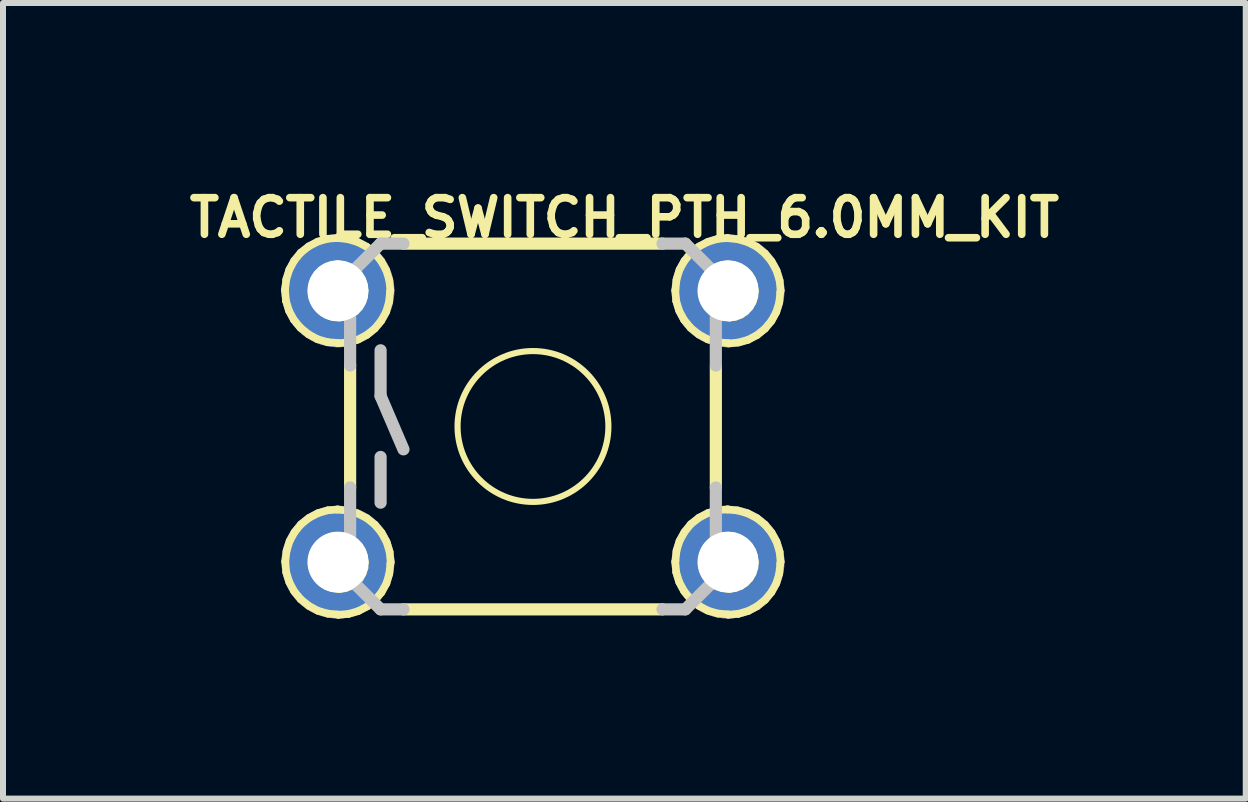
<source format=kicad_pcb>
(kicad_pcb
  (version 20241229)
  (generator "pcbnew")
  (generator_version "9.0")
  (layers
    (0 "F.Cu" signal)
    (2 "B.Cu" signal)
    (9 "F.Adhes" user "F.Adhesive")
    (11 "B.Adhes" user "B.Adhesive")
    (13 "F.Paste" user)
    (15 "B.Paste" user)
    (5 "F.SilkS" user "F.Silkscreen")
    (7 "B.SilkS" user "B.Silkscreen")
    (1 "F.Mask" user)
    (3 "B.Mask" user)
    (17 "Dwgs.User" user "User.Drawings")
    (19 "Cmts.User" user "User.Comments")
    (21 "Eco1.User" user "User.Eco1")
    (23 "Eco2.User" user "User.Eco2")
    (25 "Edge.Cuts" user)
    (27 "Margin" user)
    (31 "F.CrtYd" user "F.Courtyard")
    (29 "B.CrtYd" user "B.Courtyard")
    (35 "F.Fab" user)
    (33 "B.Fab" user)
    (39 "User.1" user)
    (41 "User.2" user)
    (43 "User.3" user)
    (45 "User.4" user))
  (footprint "TACTILE_SWITCH_PTH_6.0MM_KIT"
    (layer "F.Cu")
    (at 5.834 4.059)
    (property "Reference" "TACTILE_SWITCH_PTH_6.0MM_KIT" (at 1.524 -3.48 0) (layer "F.SilkS") (effects (font (size 0.61 0.61) (thickness 0.127))))
    (attr exclude_from_pos_files exclude_from_bom)
    (fp_line (start -4.133 -2.286) (end -4.133 -2.266) (stroke (width 0.127) (type solid)) (layer "F.SilkS"))
    (fp_line (start -4.133 -2.266) (end -4.117 -2.093) (stroke (width 0.127) (type solid)) (layer "F.SilkS"))
    (fp_line (start -4.128 2.24) (end -4.128 2.261) (stroke (width 0.127) (type solid)) (layer "F.SilkS"))
    (fp_line (start -4.128 2.261) (end -4.112 2.433) (stroke (width 0.127) (type solid)) (layer "F.SilkS"))
    (fp_line (start -4.117 -2.093) (end -4.067 -1.93) (stroke (width 0.127) (type solid)) (layer "F.SilkS"))
    (fp_line (start -4.112 -2.454) (end -4.133 -2.286) (stroke (width 0.127) (type solid)) (layer "F.SilkS"))
    (fp_line (start -4.112 2.433) (end -4.061 2.596) (stroke (width 0.127) (type solid)) (layer "F.SilkS"))
    (fp_line (start -4.107 2.073) (end -4.128 2.24) (stroke (width 0.127) (type solid)) (layer "F.SilkS"))
    (fp_line (start -4.067 -1.93) (end -3.985 -1.778) (stroke (width 0.127) (type solid)) (layer "F.SilkS"))
    (fp_line (start -4.061 -2.616) (end -4.112 -2.454) (stroke (width 0.127) (type solid)) (layer "F.SilkS"))
    (fp_line (start -4.061 2.596) (end -3.98 2.748) (stroke (width 0.127) (type solid)) (layer "F.SilkS"))
    (fp_line (start -4.056 1.91) (end -4.107 2.073) (stroke (width 0.127) (type solid)) (layer "F.SilkS"))
    (fp_line (start -3.985 -1.778) (end -3.876 -1.646) (stroke (width 0.127) (type solid)) (layer "F.SilkS"))
    (fp_line (start -3.98 -2.764) (end -4.061 -2.616) (stroke (width 0.127) (type solid)) (layer "F.SilkS"))
    (fp_line (start -3.98 2.748) (end -3.871 2.88) (stroke (width 0.127) (type solid)) (layer "F.SilkS"))
    (fp_line (start -3.975 1.763) (end -4.056 1.91) (stroke (width 0.127) (type solid)) (layer "F.SilkS"))
    (fp_line (start -3.876 -1.646) (end -3.741 -1.537) (stroke (width 0.127) (type solid)) (layer "F.SilkS"))
    (fp_line (start -3.873 -2.896) (end -3.98 -2.764) (stroke (width 0.127) (type solid)) (layer "F.SilkS"))
    (fp_line (start -3.871 2.88) (end -3.736 2.99) (stroke (width 0.127) (type solid)) (layer "F.SilkS"))
    (fp_line (start -3.868 1.631) (end -3.975 1.763) (stroke (width 0.127) (type solid)) (layer "F.SilkS"))
    (fp_line (start -3.741 -1.537) (end -3.592 -1.455) (stroke (width 0.127) (type solid)) (layer "F.SilkS"))
    (fp_line (start -3.739 -3.002) (end -3.873 -2.896) (stroke (width 0.127) (type solid)) (layer "F.SilkS"))
    (fp_line (start -3.736 2.99) (end -3.586 3.071) (stroke (width 0.127) (type solid)) (layer "F.SilkS"))
    (fp_line (start -3.734 1.524) (end -3.868 1.631) (stroke (width 0.127) (type solid)) (layer "F.SilkS"))
    (fp_line (start -3.688 -2.273) (end -3.688 -2.263) (stroke (width 0.127) (type solid)) (layer "F.SilkS"))
    (fp_line (start -3.688 -2.263) (end -3.678 -2.164) (stroke (width 0.127) (type solid)) (layer "F.SilkS"))
    (fp_line (start -3.683 2.253) (end -3.683 2.263) (stroke (width 0.127) (type solid)) (layer "F.SilkS"))
    (fp_line (start -3.683 2.263) (end -3.673 2.362) (stroke (width 0.127) (type solid)) (layer "F.SilkS"))
    (fp_line (start -3.678 -2.164) (end -3.645 -2.073) (stroke (width 0.127) (type solid)) (layer "F.SilkS"))
    (fp_line (start -3.675 -2.367) (end -3.688 -2.273) (stroke (width 0.127) (type solid)) (layer "F.SilkS"))
    (fp_line (start -3.673 2.362) (end -3.64 2.454) (stroke (width 0.127) (type solid)) (layer "F.SilkS"))
    (fp_line (start -3.67 2.159) (end -3.683 2.253) (stroke (width 0.127) (type solid)) (layer "F.SilkS"))
    (fp_line (start -3.645 -2.459) (end -3.675 -2.367) (stroke (width 0.127) (type solid)) (layer "F.SilkS"))
    (fp_line (start -3.645 -2.073) (end -3.594 -1.989) (stroke (width 0.127) (type solid)) (layer "F.SilkS"))
    (fp_line (start -3.64 2.068) (end -3.67 2.159) (stroke (width 0.127) (type solid)) (layer "F.SilkS"))
    (fp_line (start -3.64 2.454) (end -3.589 2.537) (stroke (width 0.127) (type solid)) (layer "F.SilkS"))
    (fp_line (start -3.594 -2.54) (end -3.645 -2.459) (stroke (width 0.127) (type solid)) (layer "F.SilkS"))
    (fp_line (start -3.594 -1.989) (end -3.526 -1.918) (stroke (width 0.127) (type solid)) (layer "F.SilkS"))
    (fp_line (start -3.592 -1.455) (end -3.426 -1.407) (stroke (width 0.127) (type solid)) (layer "F.SilkS"))
    (fp_line (start -3.589 -3.081) (end -3.739 -3.002) (stroke (width 0.127) (type solid)) (layer "F.SilkS"))
    (fp_line (start -3.589 1.986) (end -3.64 2.068) (stroke (width 0.127) (type solid)) (layer "F.SilkS"))
    (fp_line (start -3.589 2.537) (end -3.52 2.609) (stroke (width 0.127) (type solid)) (layer "F.SilkS"))
    (fp_line (start -3.586 3.071) (end -3.421 3.119) (stroke (width 0.127) (type solid)) (layer "F.SilkS"))
    (fp_line (start -3.584 1.445) (end -3.734 1.524) (stroke (width 0.127) (type solid)) (layer "F.SilkS"))
    (fp_line (start -3.526 -2.609) (end -3.594 -2.54) (stroke (width 0.127) (type solid)) (layer "F.SilkS"))
    (fp_line (start -3.526 -1.918) (end -3.444 -1.864) (stroke (width 0.127) (type solid)) (layer "F.SilkS"))
    (fp_line (start -3.52 1.918) (end -3.589 1.986) (stroke (width 0.127) (type solid)) (layer "F.SilkS"))
    (fp_line (start -3.52 2.609) (end -3.439 2.662) (stroke (width 0.127) (type solid)) (layer "F.SilkS"))
    (fp_line (start -3.444 -2.662) (end -3.526 -2.609) (stroke (width 0.127) (type solid)) (layer "F.SilkS"))
    (fp_line (start -3.444 -1.864) (end -3.353 -1.831) (stroke (width 0.127) (type solid)) (layer "F.SilkS"))
    (fp_line (start -3.439 1.864) (end -3.52 1.918) (stroke (width 0.127) (type solid)) (layer "F.SilkS"))
    (fp_line (start -3.439 2.662) (end -3.348 2.695) (stroke (width 0.127) (type solid)) (layer "F.SilkS"))
    (fp_line (start -3.426 -3.129) (end -3.589 -3.081) (stroke (width 0.127) (type solid)) (layer "F.SilkS"))
    (fp_line (start -3.426 -1.407) (end -3.256 -1.392) (stroke (width 0.127) (type solid)) (layer "F.SilkS"))
    (fp_line (start -3.421 1.397) (end -3.584 1.445) (stroke (width 0.127) (type solid)) (layer "F.SilkS"))
    (fp_line (start -3.421 3.119) (end -3.251 3.134) (stroke (width 0.127) (type solid)) (layer "F.SilkS"))
    (fp_line (start -3.353 -2.692) (end -3.444 -2.662) (stroke (width 0.127) (type solid)) (layer "F.SilkS"))
    (fp_line (start -3.353 -1.831) (end -3.254 -1.821) (stroke (width 0.127) (type solid)) (layer "F.SilkS"))
    (fp_line (start -3.348 1.834) (end -3.439 1.864) (stroke (width 0.127) (type solid)) (layer "F.SilkS"))
    (fp_line (start -3.348 2.695) (end -3.249 2.705) (stroke (width 0.127) (type solid)) (layer "F.SilkS"))
    (fp_line (start -3.264 -3.142) (end -3.259 -3.142) (stroke (width 0.127) (type solid)) (layer "F.SilkS"))
    (fp_line (start -3.259 -3.142) (end -3.426 -3.129) (stroke (width 0.127) (type solid)) (layer "F.SilkS"))
    (fp_line (start -3.259 -2.705) (end -3.353 -2.692) (stroke (width 0.127) (type solid)) (layer "F.SilkS"))
    (fp_line (start -3.259 1.384) (end -3.254 1.384) (stroke (width 0.127) (type solid)) (layer "F.SilkS"))
    (fp_line (start -3.256 -1.392) (end -3.249 -1.387) (stroke (width 0.127) (type solid)) (layer "F.SilkS"))
    (fp_line (start -3.254 -1.821) (end -3.226 -1.816) (stroke (width 0.127) (type solid)) (layer "F.SilkS"))
    (fp_line (start -3.254 1.384) (end -3.421 1.397) (stroke (width 0.127) (type solid)) (layer "F.SilkS"))
    (fp_line (start -3.254 1.821) (end -3.348 1.834) (stroke (width 0.127) (type solid)) (layer "F.SilkS"))
    (fp_line (start -3.251 3.134) (end -3.244 3.139) (stroke (width 0.127) (type solid)) (layer "F.SilkS"))
    (fp_line (start -3.249 -1.387) (end -3.078 -1.402) (stroke (width 0.127) (type solid)) (layer "F.SilkS"))
    (fp_line (start -3.249 2.705) (end -3.221 2.71) (stroke (width 0.127) (type solid)) (layer "F.SilkS"))
    (fp_line (start -3.246 -2.703) (end -3.259 -2.705) (stroke (width 0.127) (type solid)) (layer "F.SilkS"))
    (fp_line (start -3.244 3.139) (end -3.073 3.124) (stroke (width 0.127) (type solid)) (layer "F.SilkS"))
    (fp_line (start -3.241 1.824) (end -3.254 1.821) (stroke (width 0.127) (type solid)) (layer "F.SilkS"))
    (fp_line (start -3.226 -1.816) (end -3.129 -1.831) (stroke (width 0.127) (type solid)) (layer "F.SilkS"))
    (fp_line (start -3.221 2.71) (end -3.124 2.695) (stroke (width 0.127) (type solid)) (layer "F.SilkS"))
    (fp_line (start -3.147 -2.69) (end -3.246 -2.703) (stroke (width 0.127) (type solid)) (layer "F.SilkS"))
    (fp_line (start -3.142 1.836) (end -3.241 1.824) (stroke (width 0.127) (type solid)) (layer "F.SilkS"))
    (fp_line (start -3.129 -1.831) (end -3.038 -1.867) (stroke (width 0.127) (type solid)) (layer "F.SilkS"))
    (fp_line (start -3.124 2.695) (end -3.033 2.659) (stroke (width 0.127) (type solid)) (layer "F.SilkS"))
    (fp_line (start -3.094 -3.124) (end -3.264 -3.142) (stroke (width 0.127) (type solid)) (layer "F.SilkS"))
    (fp_line (start -3.089 1.402) (end -3.259 1.384) (stroke (width 0.127) (type solid)) (layer "F.SilkS"))
    (fp_line (start -3.078 -1.402) (end -2.918 -1.448) (stroke (width 0.127) (type solid)) (layer "F.SilkS"))
    (fp_line (start -3.073 3.124) (end -2.913 3.078) (stroke (width 0.127) (type solid)) (layer "F.SilkS"))
    (fp_line (start -3.056 -2.657) (end -3.147 -2.69) (stroke (width 0.127) (type solid)) (layer "F.SilkS"))
    (fp_line (start -3.051 1.869) (end -3.142 1.836) (stroke (width 0.127) (type solid)) (layer "F.SilkS"))
    (fp_line (start -3.048 -1.026) (end -3.048 1.016) (stroke (width 0.203) (type solid)) (layer "F.SilkS"))
    (fp_line (start -3.038 -1.867) (end -2.959 -1.92) (stroke (width 0.127) (type solid)) (layer "F.SilkS"))
    (fp_line (start -3.033 2.659) (end -2.954 2.606) (stroke (width 0.127) (type solid)) (layer "F.SilkS"))
    (fp_line (start -2.972 -2.603) (end -3.056 -2.657) (stroke (width 0.127) (type solid)) (layer "F.SilkS"))
    (fp_line (start -2.967 1.923) (end -3.051 1.869) (stroke (width 0.127) (type solid)) (layer "F.SilkS"))
    (fp_line (start -2.959 -1.92) (end -2.893 -1.991) (stroke (width 0.127) (type solid)) (layer "F.SilkS"))
    (fp_line (start -2.954 2.606) (end -2.888 2.535) (stroke (width 0.127) (type solid)) (layer "F.SilkS"))
    (fp_line (start -2.926 -3.076) (end -3.094 -3.124) (stroke (width 0.127) (type solid)) (layer "F.SilkS"))
    (fp_line (start -2.921 1.45) (end -3.089 1.402) (stroke (width 0.127) (type solid)) (layer "F.SilkS"))
    (fp_line (start -2.918 -1.448) (end -2.769 -1.527) (stroke (width 0.127) (type solid)) (layer "F.SilkS"))
    (fp_line (start -2.913 3.078) (end -2.764 3) (stroke (width 0.127) (type solid)) (layer "F.SilkS"))
    (fp_line (start -2.903 -2.535) (end -2.972 -2.603) (stroke (width 0.127) (type solid)) (layer "F.SilkS"))
    (fp_line (start -2.898 1.991) (end -2.967 1.923) (stroke (width 0.127) (type solid)) (layer "F.SilkS"))
    (fp_line (start -2.893 -1.991) (end -2.845 -2.075) (stroke (width 0.127) (type solid)) (layer "F.SilkS"))
    (fp_line (start -2.888 2.535) (end -2.84 2.451) (stroke (width 0.127) (type solid)) (layer "F.SilkS"))
    (fp_line (start -2.85 -2.451) (end -2.903 -2.535) (stroke (width 0.127) (type solid)) (layer "F.SilkS"))
    (fp_line (start -2.845 -2.075) (end -2.814 -2.169) (stroke (width 0.127) (type solid)) (layer "F.SilkS"))
    (fp_line (start -2.845 2.075) (end -2.898 1.991) (stroke (width 0.127) (type solid)) (layer "F.SilkS"))
    (fp_line (start -2.84 2.451) (end -2.809 2.357) (stroke (width 0.127) (type solid)) (layer "F.SilkS"))
    (fp_line (start -2.819 -2.357) (end -2.85 -2.451) (stroke (width 0.127) (type solid)) (layer "F.SilkS"))
    (fp_line (start -2.814 -2.169) (end -2.809 -2.266) (stroke (width 0.127) (type solid)) (layer "F.SilkS"))
    (fp_line (start -2.814 2.169) (end -2.845 2.075) (stroke (width 0.127) (type solid)) (layer "F.SilkS"))
    (fp_line (start -2.809 -2.266) (end -2.809 -2.261) (stroke (width 0.127) (type solid)) (layer "F.SilkS"))
    (fp_line (start -2.809 -2.261) (end -2.819 -2.357) (stroke (width 0.127) (type solid)) (layer "F.SilkS"))
    (fp_line (start -2.809 2.357) (end -2.804 2.261) (stroke (width 0.127) (type solid)) (layer "F.SilkS"))
    (fp_line (start -2.804 2.261) (end -2.804 2.266) (stroke (width 0.127) (type solid)) (layer "F.SilkS"))
    (fp_line (start -2.804 2.266) (end -2.814 2.169) (stroke (width 0.127) (type solid)) (layer "F.SilkS"))
    (fp_line (start -2.774 -2.997) (end -2.926 -3.076) (stroke (width 0.127) (type solid)) (layer "F.SilkS"))
    (fp_line (start -2.769 -1.527) (end -2.637 -1.633) (stroke (width 0.127) (type solid)) (layer "F.SilkS"))
    (fp_line (start -2.769 1.529) (end -2.921 1.45) (stroke (width 0.127) (type solid)) (layer "F.SilkS"))
    (fp_line (start -2.764 3) (end -2.631 2.893) (stroke (width 0.127) (type solid)) (layer "F.SilkS"))
    (fp_line (start -2.639 -2.888) (end -2.774 -2.997) (stroke (width 0.127) (type solid)) (layer "F.SilkS"))
    (fp_line (start -2.637 -1.633) (end -2.53 -1.763) (stroke (width 0.127) (type solid)) (layer "F.SilkS"))
    (fp_line (start -2.634 1.638) (end -2.769 1.529) (stroke (width 0.127) (type solid)) (layer "F.SilkS"))
    (fp_line (start -2.631 2.893) (end -2.525 2.764) (stroke (width 0.127) (type solid)) (layer "F.SilkS"))
    (fp_line (start -2.53 -2.756) (end -2.639 -2.888) (stroke (width 0.127) (type solid)) (layer "F.SilkS"))
    (fp_line (start -2.53 -1.763) (end -2.449 -1.91) (stroke (width 0.127) (type solid)) (layer "F.SilkS"))
    (fp_line (start -2.525 1.77) (end -2.634 1.638) (stroke (width 0.127) (type solid)) (layer "F.SilkS"))
    (fp_line (start -2.525 2.764) (end -2.443 2.616) (stroke (width 0.127) (type solid)) (layer "F.SilkS"))
    (fp_line (start -2.449 -1.91) (end -2.4 -2.073) (stroke (width 0.127) (type solid)) (layer "F.SilkS"))
    (fp_line (start -2.446 -2.603) (end -2.53 -2.756) (stroke (width 0.127) (type solid)) (layer "F.SilkS"))
    (fp_line (start -2.443 2.616) (end -2.395 2.454) (stroke (width 0.127) (type solid)) (layer "F.SilkS"))
    (fp_line (start -2.441 1.923) (end -2.525 1.77) (stroke (width 0.127) (type solid)) (layer "F.SilkS"))
    (fp_line (start -2.4 -2.073) (end -2.383 -2.24) (stroke (width 0.127) (type solid)) (layer "F.SilkS"))
    (fp_line (start -2.395 -2.438) (end -2.446 -2.603) (stroke (width 0.127) (type solid)) (layer "F.SilkS"))
    (fp_line (start -2.395 2.454) (end -2.377 2.286) (stroke (width 0.127) (type solid)) (layer "F.SilkS"))
    (fp_line (start -2.39 2.088) (end -2.441 1.923) (stroke (width 0.127) (type solid)) (layer "F.SilkS"))
    (fp_line (start -2.383 -2.24) (end -2.377 -2.268) (stroke (width 0.127) (type solid)) (layer "F.SilkS"))
    (fp_line (start -2.377 -2.268) (end -2.395 -2.438) (stroke (width 0.127) (type solid)) (layer "F.SilkS"))
    (fp_line (start -2.377 2.286) (end -2.372 2.258) (stroke (width 0.127) (type solid)) (layer "F.SilkS"))
    (fp_line (start -2.372 2.258) (end -2.39 2.088) (stroke (width 0.127) (type solid)) (layer "F.SilkS"))
    (fp_line (start -2.159 3.048) (end 2.159 3.048) (stroke (width 0.203) (type solid)) (layer "F.SilkS"))
    (fp_line (start 2.159 -3.048) (end -2.159 -3.048) (stroke (width 0.203) (type solid)) (layer "F.SilkS"))
    (fp_line (start 2.372 -2.263) (end 2.388 -2.09) (stroke (width 0.127) (type solid)) (layer "F.SilkS"))
    (fp_line (start 2.372 2.261) (end 2.388 2.431) (stroke (width 0.127) (type solid)) (layer "F.SilkS"))
    (fp_line (start 2.375 -2.283) (end 2.372 -2.263) (stroke (width 0.127) (type solid)) (layer "F.SilkS"))
    (fp_line (start 2.375 2.24) (end 2.372 2.261) (stroke (width 0.127) (type solid)) (layer "F.SilkS"))
    (fp_line (start 2.388 -2.09) (end 2.438 -1.928) (stroke (width 0.127) (type solid)) (layer "F.SilkS"))
    (fp_line (start 2.388 2.431) (end 2.438 2.593) (stroke (width 0.127) (type solid)) (layer "F.SilkS"))
    (fp_line (start 2.393 -2.451) (end 2.375 -2.283) (stroke (width 0.127) (type solid)) (layer "F.SilkS"))
    (fp_line (start 2.393 2.07) (end 2.375 2.24) (stroke (width 0.127) (type solid)) (layer "F.SilkS"))
    (fp_line (start 2.438 -1.928) (end 2.52 -1.775) (stroke (width 0.127) (type solid)) (layer "F.SilkS"))
    (fp_line (start 2.438 2.593) (end 2.52 2.746) (stroke (width 0.127) (type solid)) (layer "F.SilkS"))
    (fp_line (start 2.443 -2.614) (end 2.393 -2.451) (stroke (width 0.127) (type solid)) (layer "F.SilkS"))
    (fp_line (start 2.443 1.908) (end 2.393 2.07) (stroke (width 0.127) (type solid)) (layer "F.SilkS"))
    (fp_line (start 2.52 -1.775) (end 2.629 -1.643) (stroke (width 0.127) (type solid)) (layer "F.SilkS"))
    (fp_line (start 2.52 2.746) (end 2.629 2.878) (stroke (width 0.127) (type solid)) (layer "F.SilkS"))
    (fp_line (start 2.525 -2.761) (end 2.443 -2.614) (stroke (width 0.127) (type solid)) (layer "F.SilkS"))
    (fp_line (start 2.525 1.76) (end 2.443 1.908) (stroke (width 0.127) (type solid)) (layer "F.SilkS"))
    (fp_line (start 2.629 -1.643) (end 2.764 -1.534) (stroke (width 0.127) (type solid)) (layer "F.SilkS"))
    (fp_line (start 2.629 2.878) (end 2.764 2.987) (stroke (width 0.127) (type solid)) (layer "F.SilkS"))
    (fp_line (start 2.631 -2.893) (end 2.525 -2.761) (stroke (width 0.127) (type solid)) (layer "F.SilkS"))
    (fp_line (start 2.631 1.628) (end 2.525 1.76) (stroke (width 0.127) (type solid)) (layer "F.SilkS"))
    (fp_line (start 2.764 -1.534) (end 2.913 -1.453) (stroke (width 0.127) (type solid)) (layer "F.SilkS"))
    (fp_line (start 2.764 2.987) (end 2.913 3.068) (stroke (width 0.127) (type solid)) (layer "F.SilkS"))
    (fp_line (start 2.766 -3) (end 2.631 -2.893) (stroke (width 0.127) (type solid)) (layer "F.SilkS"))
    (fp_line (start 2.766 1.521) (end 2.631 1.628) (stroke (width 0.127) (type solid)) (layer "F.SilkS"))
    (fp_line (start 2.819 -2.271) (end 2.819 -2.261) (stroke (width 0.127) (type solid)) (layer "F.SilkS"))
    (fp_line (start 2.819 -2.261) (end 2.827 -2.162) (stroke (width 0.127) (type solid)) (layer "F.SilkS"))
    (fp_line (start 2.819 2.253) (end 2.819 2.261) (stroke (width 0.127) (type solid)) (layer "F.SilkS"))
    (fp_line (start 2.819 2.261) (end 2.827 2.36) (stroke (width 0.127) (type solid)) (layer "F.SilkS"))
    (fp_line (start 2.827 -2.162) (end 2.86 -2.07) (stroke (width 0.127) (type solid)) (layer "F.SilkS"))
    (fp_line (start 2.827 2.36) (end 2.86 2.451) (stroke (width 0.127) (type solid)) (layer "F.SilkS"))
    (fp_line (start 2.83 -2.365) (end 2.819 -2.271) (stroke (width 0.127) (type solid)) (layer "F.SilkS"))
    (fp_line (start 2.83 2.156) (end 2.819 2.253) (stroke (width 0.127) (type solid)) (layer "F.SilkS"))
    (fp_line (start 2.86 -2.456) (end 2.83 -2.365) (stroke (width 0.127) (type solid)) (layer "F.SilkS"))
    (fp_line (start 2.86 -2.07) (end 2.911 -1.986) (stroke (width 0.127) (type solid)) (layer "F.SilkS"))
    (fp_line (start 2.86 2.065) (end 2.83 2.156) (stroke (width 0.127) (type solid)) (layer "F.SilkS"))
    (fp_line (start 2.86 2.451) (end 2.911 2.535) (stroke (width 0.127) (type solid)) (layer "F.SilkS"))
    (fp_line (start 2.911 -2.537) (end 2.86 -2.456) (stroke (width 0.127) (type solid)) (layer "F.SilkS"))
    (fp_line (start 2.911 -1.986) (end 2.979 -1.915) (stroke (width 0.127) (type solid)) (layer "F.SilkS"))
    (fp_line (start 2.911 1.984) (end 2.86 2.065) (stroke (width 0.127) (type solid)) (layer "F.SilkS"))
    (fp_line (start 2.911 2.535) (end 2.979 2.606) (stroke (width 0.127) (type solid)) (layer "F.SilkS"))
    (fp_line (start 2.913 -1.453) (end 3.078 -1.405) (stroke (width 0.127) (type solid)) (layer "F.SilkS"))
    (fp_line (start 2.913 3.068) (end 3.078 3.117) (stroke (width 0.127) (type solid)) (layer "F.SilkS"))
    (fp_line (start 2.916 -3.078) (end 2.766 -3) (stroke (width 0.127) (type solid)) (layer "F.SilkS"))
    (fp_line (start 2.916 1.443) (end 2.766 1.521) (stroke (width 0.127) (type solid)) (layer "F.SilkS"))
    (fp_line (start 2.979 -2.606) (end 2.911 -2.537) (stroke (width 0.127) (type solid)) (layer "F.SilkS"))
    (fp_line (start 2.979 -1.915) (end 3.061 -1.862) (stroke (width 0.127) (type solid)) (layer "F.SilkS"))
    (fp_line (start 2.979 1.915) (end 2.911 1.984) (stroke (width 0.127) (type solid)) (layer "F.SilkS"))
    (fp_line (start 2.979 2.606) (end 3.061 2.659) (stroke (width 0.127) (type solid)) (layer "F.SilkS"))
    (fp_line (start 3.048 -0.996) (end 3.048 1.016) (stroke (width 0.203) (type solid)) (layer "F.SilkS"))
    (fp_line (start 3.061 -2.659) (end 2.979 -2.606) (stroke (width 0.127) (type solid)) (layer "F.SilkS"))
    (fp_line (start 3.061 -1.862) (end 3.152 -1.829) (stroke (width 0.127) (type solid)) (layer "F.SilkS"))
    (fp_line (start 3.061 1.864) (end 2.979 1.915) (stroke (width 0.127) (type solid)) (layer "F.SilkS"))
    (fp_line (start 3.061 2.659) (end 3.152 2.692) (stroke (width 0.127) (type solid)) (layer "F.SilkS"))
    (fp_line (start 3.078 -3.127) (end 2.916 -3.078) (stroke (width 0.127) (type solid)) (layer "F.SilkS"))
    (fp_line (start 3.078 -1.405) (end 3.251 -1.389) (stroke (width 0.127) (type solid)) (layer "F.SilkS"))
    (fp_line (start 3.078 1.394) (end 2.916 1.443) (stroke (width 0.127) (type solid)) (layer "F.SilkS"))
    (fp_line (start 3.078 3.117) (end 3.251 3.132) (stroke (width 0.127) (type solid)) (layer "F.SilkS"))
    (fp_line (start 3.152 -2.69) (end 3.061 -2.659) (stroke (width 0.127) (type solid)) (layer "F.SilkS"))
    (fp_line (start 3.152 -1.829) (end 3.251 -1.819) (stroke (width 0.127) (type solid)) (layer "F.SilkS"))
    (fp_line (start 3.152 1.831) (end 3.061 1.864) (stroke (width 0.127) (type solid)) (layer "F.SilkS"))
    (fp_line (start 3.152 2.692) (end 3.251 2.703) (stroke (width 0.127) (type solid)) (layer "F.SilkS"))
    (fp_line (start 3.241 -3.139) (end 3.246 -3.142) (stroke (width 0.127) (type solid)) (layer "F.SilkS"))
    (fp_line (start 3.241 1.384) (end 3.246 1.382) (stroke (width 0.127) (type solid)) (layer "F.SilkS"))
    (fp_line (start 3.246 -3.142) (end 3.078 -3.127) (stroke (width 0.127) (type solid)) (layer "F.SilkS"))
    (fp_line (start 3.246 -2.703) (end 3.152 -2.69) (stroke (width 0.127) (type solid)) (layer "F.SilkS"))
    (fp_line (start 3.246 1.382) (end 3.078 1.394) (stroke (width 0.127) (type solid)) (layer "F.SilkS"))
    (fp_line (start 3.246 1.821) (end 3.152 1.831) (stroke (width 0.127) (type solid)) (layer "F.SilkS"))
    (fp_line (start 3.251 -1.819) (end 3.279 -1.814) (stroke (width 0.127) (type solid)) (layer "F.SilkS"))
    (fp_line (start 3.251 -1.389) (end 3.256 -1.384) (stroke (width 0.127) (type solid)) (layer "F.SilkS"))
    (fp_line (start 3.251 2.703) (end 3.279 2.708) (stroke (width 0.127) (type solid)) (layer "F.SilkS"))
    (fp_line (start 3.251 3.132) (end 3.256 3.137) (stroke (width 0.127) (type solid)) (layer "F.SilkS"))
    (fp_line (start 3.256 -1.384) (end 3.426 -1.4) (stroke (width 0.127) (type solid)) (layer "F.SilkS"))
    (fp_line (start 3.256 3.137) (end 3.426 3.122) (stroke (width 0.127) (type solid)) (layer "F.SilkS"))
    (fp_line (start 3.259 -2.7) (end 3.246 -2.703) (stroke (width 0.127) (type solid)) (layer "F.SilkS"))
    (fp_line (start 3.259 1.821) (end 3.246 1.821) (stroke (width 0.127) (type solid)) (layer "F.SilkS"))
    (fp_line (start 3.279 -1.814) (end 3.376 -1.829) (stroke (width 0.127) (type solid)) (layer "F.SilkS"))
    (fp_line (start 3.279 2.708) (end 3.376 2.692) (stroke (width 0.127) (type solid)) (layer "F.SilkS"))
    (fp_line (start 3.358 -2.687) (end 3.259 -2.7) (stroke (width 0.127) (type solid)) (layer "F.SilkS"))
    (fp_line (start 3.358 1.834) (end 3.259 1.821) (stroke (width 0.127) (type solid)) (layer "F.SilkS"))
    (fp_line (start 3.376 -1.829) (end 3.467 -1.864) (stroke (width 0.127) (type solid)) (layer "F.SilkS"))
    (fp_line (start 3.376 2.692) (end 3.467 2.657) (stroke (width 0.127) (type solid)) (layer "F.SilkS"))
    (fp_line (start 3.411 -3.122) (end 3.241 -3.139) (stroke (width 0.127) (type solid)) (layer "F.SilkS"))
    (fp_line (start 3.411 1.4) (end 3.241 1.384) (stroke (width 0.127) (type solid)) (layer "F.SilkS"))
    (fp_line (start 3.426 -1.4) (end 3.586 -1.445) (stroke (width 0.127) (type solid)) (layer "F.SilkS"))
    (fp_line (start 3.426 3.122) (end 3.586 3.076) (stroke (width 0.127) (type solid)) (layer "F.SilkS"))
    (fp_line (start 3.449 -2.654) (end 3.358 -2.687) (stroke (width 0.127) (type solid)) (layer "F.SilkS"))
    (fp_line (start 3.449 1.867) (end 3.358 1.834) (stroke (width 0.127) (type solid)) (layer "F.SilkS"))
    (fp_line (start 3.467 -1.864) (end 3.546 -1.918) (stroke (width 0.127) (type solid)) (layer "F.SilkS"))
    (fp_line (start 3.467 2.657) (end 3.546 2.603) (stroke (width 0.127) (type solid)) (layer "F.SilkS"))
    (fp_line (start 3.533 -2.601) (end 3.449 -2.654) (stroke (width 0.127) (type solid)) (layer "F.SilkS"))
    (fp_line (start 3.533 1.92) (end 3.449 1.867) (stroke (width 0.127) (type solid)) (layer "F.SilkS"))
    (fp_line (start 3.546 -1.918) (end 3.612 -1.989) (stroke (width 0.127) (type solid)) (layer "F.SilkS"))
    (fp_line (start 3.546 2.603) (end 3.612 2.532) (stroke (width 0.127) (type solid)) (layer "F.SilkS"))
    (fp_line (start 3.579 -3.073) (end 3.411 -3.122) (stroke (width 0.127) (type solid)) (layer "F.SilkS"))
    (fp_line (start 3.579 1.448) (end 3.411 1.4) (stroke (width 0.127) (type solid)) (layer "F.SilkS"))
    (fp_line (start 3.586 -1.445) (end 3.736 -1.524) (stroke (width 0.127) (type solid)) (layer "F.SilkS"))
    (fp_line (start 3.586 3.076) (end 3.736 2.997) (stroke (width 0.127) (type solid)) (layer "F.SilkS"))
    (fp_line (start 3.602 -2.532) (end 3.533 -2.601) (stroke (width 0.127) (type solid)) (layer "F.SilkS"))
    (fp_line (start 3.602 1.989) (end 3.533 1.92) (stroke (width 0.127) (type solid)) (layer "F.SilkS"))
    (fp_line (start 3.612 -1.989) (end 3.66 -2.073) (stroke (width 0.127) (type solid)) (layer "F.SilkS"))
    (fp_line (start 3.612 2.532) (end 3.66 2.449) (stroke (width 0.127) (type solid)) (layer "F.SilkS"))
    (fp_line (start 3.655 -2.449) (end 3.602 -2.532) (stroke (width 0.127) (type solid)) (layer "F.SilkS"))
    (fp_line (start 3.655 2.073) (end 3.602 1.989) (stroke (width 0.127) (type solid)) (layer "F.SilkS"))
    (fp_line (start 3.66 -2.073) (end 3.691 -2.167) (stroke (width 0.127) (type solid)) (layer "F.SilkS"))
    (fp_line (start 3.66 2.449) (end 3.691 2.355) (stroke (width 0.127) (type solid)) (layer "F.SilkS"))
    (fp_line (start 3.686 -2.355) (end 3.655 -2.449) (stroke (width 0.127) (type solid)) (layer "F.SilkS"))
    (fp_line (start 3.686 2.167) (end 3.655 2.073) (stroke (width 0.127) (type solid)) (layer "F.SilkS"))
    (fp_line (start 3.691 -2.167) (end 3.696 -2.263) (stroke (width 0.127) (type solid)) (layer "F.SilkS"))
    (fp_line (start 3.691 2.355) (end 3.696 2.258) (stroke (width 0.127) (type solid)) (layer "F.SilkS"))
    (fp_line (start 3.696 -2.263) (end 3.696 -2.258) (stroke (width 0.127) (type solid)) (layer "F.SilkS"))
    (fp_line (start 3.696 -2.258) (end 3.686 -2.355) (stroke (width 0.127) (type solid)) (layer "F.SilkS"))
    (fp_line (start 3.696 2.258) (end 3.696 2.266) (stroke (width 0.127) (type solid)) (layer "F.SilkS"))
    (fp_line (start 3.696 2.266) (end 3.686 2.167) (stroke (width 0.127) (type solid)) (layer "F.SilkS"))
    (fp_line (start 3.731 -2.995) (end 3.579 -3.073) (stroke (width 0.127) (type solid)) (layer "F.SilkS"))
    (fp_line (start 3.731 1.527) (end 3.579 1.448) (stroke (width 0.127) (type solid)) (layer "F.SilkS"))
    (fp_line (start 3.736 -1.524) (end 3.868 -1.631) (stroke (width 0.127) (type solid)) (layer "F.SilkS"))
    (fp_line (start 3.736 2.997) (end 3.868 2.891) (stroke (width 0.127) (type solid)) (layer "F.SilkS"))
    (fp_line (start 3.866 -2.885) (end 3.731 -2.995) (stroke (width 0.127) (type solid)) (layer "F.SilkS"))
    (fp_line (start 3.866 1.636) (end 3.731 1.527) (stroke (width 0.127) (type solid)) (layer "F.SilkS"))
    (fp_line (start 3.868 -1.631) (end 3.975 -1.76) (stroke (width 0.127) (type solid)) (layer "F.SilkS"))
    (fp_line (start 3.868 2.891) (end 3.975 2.761) (stroke (width 0.127) (type solid)) (layer "F.SilkS"))
    (fp_line (start 3.975 -2.753) (end 3.866 -2.885) (stroke (width 0.127) (type solid)) (layer "F.SilkS"))
    (fp_line (start 3.975 -1.76) (end 4.056 -1.908) (stroke (width 0.127) (type solid)) (layer "F.SilkS"))
    (fp_line (start 3.975 1.768) (end 3.866 1.636) (stroke (width 0.127) (type solid)) (layer "F.SilkS"))
    (fp_line (start 3.975 2.761) (end 4.056 2.614) (stroke (width 0.127) (type solid)) (layer "F.SilkS"))
    (fp_line (start 4.056 -1.908) (end 4.105 -2.07) (stroke (width 0.127) (type solid)) (layer "F.SilkS"))
    (fp_line (start 4.056 2.614) (end 4.105 2.451) (stroke (width 0.127) (type solid)) (layer "F.SilkS"))
    (fp_line (start 4.059 -2.601) (end 3.975 -2.753) (stroke (width 0.127) (type solid)) (layer "F.SilkS"))
    (fp_line (start 4.059 1.92) (end 3.975 1.768) (stroke (width 0.127) (type solid)) (layer "F.SilkS"))
    (fp_line (start 4.105 -2.07) (end 4.122 -2.238) (stroke (width 0.127) (type solid)) (layer "F.SilkS"))
    (fp_line (start 4.105 2.451) (end 4.122 2.286) (stroke (width 0.127) (type solid)) (layer "F.SilkS"))
    (fp_line (start 4.11 -2.436) (end 4.059 -2.601) (stroke (width 0.127) (type solid)) (layer "F.SilkS"))
    (fp_line (start 4.11 2.085) (end 4.059 1.92) (stroke (width 0.127) (type solid)) (layer "F.SilkS"))
    (fp_line (start 4.122 -2.238) (end 4.128 -2.266) (stroke (width 0.127) (type solid)) (layer "F.SilkS"))
    (fp_line (start 4.122 2.286) (end 4.128 2.256) (stroke (width 0.127) (type solid)) (layer "F.SilkS"))
    (fp_line (start 4.128 -2.266) (end 4.11 -2.436) (stroke (width 0.127) (type solid)) (layer "F.SilkS"))
    (fp_line (start 4.128 2.256) (end 4.11 2.085) (stroke (width 0.127) (type solid)) (layer "F.SilkS"))
    (fp_circle (center 0 0) (end -0.889 0.889) (stroke (width 0.102) (type solid)) (fill no) (layer "F.SilkS"))
    (fp_line (start -3.048 -2.54) (end -3.048 -1.016) (stroke (width 0.203) (type solid)) (layer "Dwgs.User"))
    (fp_line (start -3.048 2.54) (end -3.048 1.016) (stroke (width 0.203) (type solid)) (layer "Dwgs.User"))
    (fp_line (start -2.54 -3.048) (end -3.048 -2.54) (stroke (width 0.203) (type solid)) (layer "Dwgs.User"))
    (fp_line (start -2.54 -3.048) (end -2.159 -3.048) (stroke (width 0.203) (type solid)) (layer "Dwgs.User"))
    (fp_line (start -2.54 -1.27) (end -2.54 -0.508) (stroke (width 0.203) (type solid)) (layer "Dwgs.User"))
    (fp_line (start -2.54 -0.508) (end -2.159 0.381) (stroke (width 0.203) (type solid)) (layer "Dwgs.User"))
    (fp_line (start -2.54 0.508) (end -2.54 1.27) (stroke (width 0.203) (type solid)) (layer "Dwgs.User"))
    (fp_line (start -2.54 3.048) (end -3.048 2.54) (stroke (width 0.203) (type solid)) (layer "Dwgs.User"))
    (fp_line (start -2.54 3.048) (end -2.159 3.048) (stroke (width 0.203) (type solid)) (layer "Dwgs.User"))
    (fp_line (start 2.54 -3.048) (end 2.159 -3.048) (stroke (width 0.203) (type solid)) (layer "Dwgs.User"))
    (fp_line (start 2.54 3.048) (end 2.159 3.048) (stroke (width 0.203) (type solid)) (layer "Dwgs.User"))
    (fp_line (start 2.54 3.048) (end 3.048 2.54) (stroke (width 0.203) (type solid)) (layer "Dwgs.User"))
    (fp_line (start 3.048 -2.54) (end 2.54 -3.048) (stroke (width 0.203) (type solid)) (layer "Dwgs.User"))
    (fp_line (start 3.048 -1.016) (end 3.048 -2.54) (stroke (width 0.203) (type solid)) (layer "Dwgs.User"))
    (fp_line (start 3.048 2.54) (end 3.048 1.016) (stroke (width 0.203) (type solid)) (layer "Dwgs.User"))
    (pad "1" thru_hole circle (at -3.251 -2.261) (size 1.88 1.88) (drill 1.016) (layers "*.Cu" "*.Paste" "*.Mask"))
    (pad "2" thru_hole circle (at 3.251 -2.261) (size 1.88 1.88) (drill 1.016) (layers "*.Cu" "*.Paste" "*.Mask"))
    (pad "3" thru_hole circle (at -3.251 2.261) (size 1.88 1.88) (drill 1.016) (layers "*.Cu" "*.Paste" "*.Mask"))
    (pad "4" thru_hole circle (at 3.251 2.261) (size 1.88 1.88) (drill 1.016) (layers "*.Cu" "*.Paste" "*.Mask")))
  (gr_rect
    (start -3 -3)
    (end 17.715 10.262)
    (stroke (width 0.1) (type default))
    (fill no)
    (layer "Edge.Cuts")))
</source>
